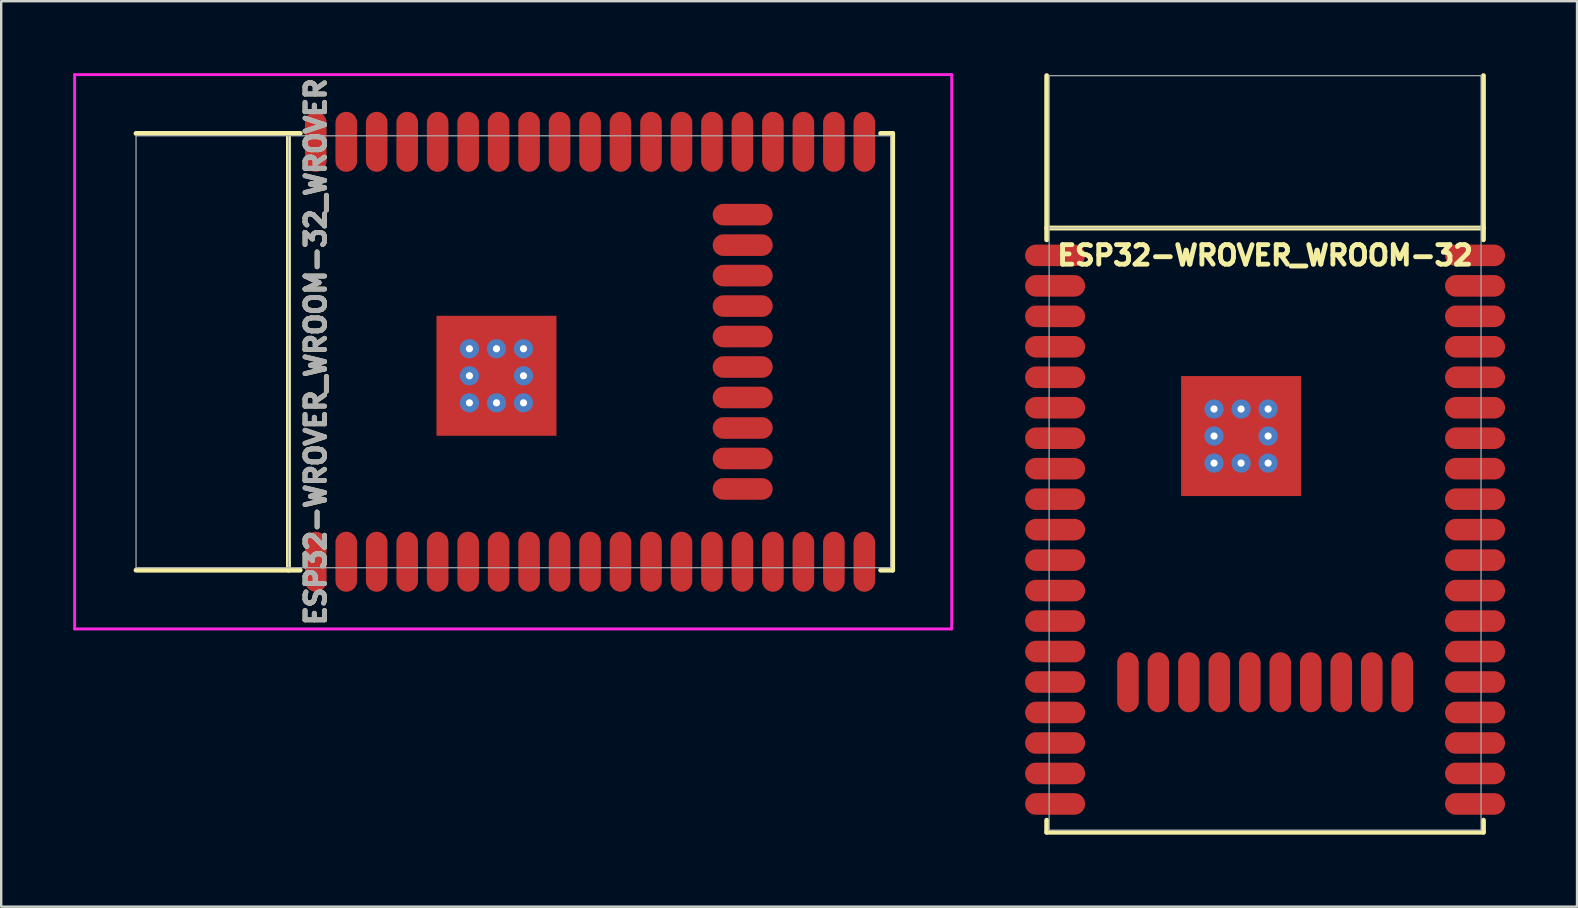
<source format=kicad_pcb>
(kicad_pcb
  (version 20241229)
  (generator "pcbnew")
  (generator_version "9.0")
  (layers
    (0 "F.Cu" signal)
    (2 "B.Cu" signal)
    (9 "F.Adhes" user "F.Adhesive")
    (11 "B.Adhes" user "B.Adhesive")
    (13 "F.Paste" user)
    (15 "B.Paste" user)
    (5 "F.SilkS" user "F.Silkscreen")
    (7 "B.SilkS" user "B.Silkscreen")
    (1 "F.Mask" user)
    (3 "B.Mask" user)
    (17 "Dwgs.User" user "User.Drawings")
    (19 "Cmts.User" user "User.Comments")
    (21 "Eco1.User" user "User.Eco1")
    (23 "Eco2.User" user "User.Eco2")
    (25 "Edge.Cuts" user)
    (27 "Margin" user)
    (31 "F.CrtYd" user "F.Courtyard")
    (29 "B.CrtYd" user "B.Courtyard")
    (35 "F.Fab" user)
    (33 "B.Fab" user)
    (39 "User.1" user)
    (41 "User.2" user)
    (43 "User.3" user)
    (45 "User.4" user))
  (footprint "ESP32-WROVER_WROOM-32"
    (layer "F.Cu")
    (at 49.67 7.592)
    (property "Reference" "ESP32-WROVER_WROOM-32" (at 0 0 0) (layer "F.SilkS") (effects (font (size 0.813 0.813) (thickness 0.203))))
    (attr smd)
    (fp_line (start -9.1 -1.14) (end 9.1 -1.14) (stroke (width 0.203) (type solid)) (layer "F.SilkS"))
    (fp_line (start -9.1 -0.65) (end -9.1 -7.49) (stroke (width 0.203) (type solid)) (layer "F.SilkS"))
    (fp_line (start -9.1 24.04) (end -9.1 23.54) (stroke (width 0.203) (type solid)) (layer "F.SilkS"))
    (fp_line (start 9.1 -0.65) (end 9.1 -7.49) (stroke (width 0.203) (type solid)) (layer "F.SilkS"))
    (fp_line (start 9.1 24.04) (end -9.1 24.04) (stroke (width 0.203) (type solid)) (layer "F.SilkS"))
    (fp_line (start 9.1 24.04) (end 9.1 23.54) (stroke (width 0.203) (type solid)) (layer "F.SilkS"))
    (fp_line (start -9 -7.49) (end -9 23.96) (stroke (width 0.05) (type solid)) (layer "F.Fab"))
    (fp_line (start -9 -1.14) (end 9 -1.14) (stroke (width 0.05) (type solid)) (layer "F.Fab"))
    (fp_line (start -9 23.96) (end 9 23.96) (stroke (width 0.05) (type solid)) (layer "F.Fab"))
    (fp_line (start 9 -7.49) (end -9 -7.49) (stroke (width 0.05) (type solid)) (layer "F.Fab"))
    (fp_line (start 9 23.96) (end 9 -7.49) (stroke (width 0.05) (type solid)) (layer "F.Fab"))
    (pad "1" smd oval (at -8.75 0) (size 2.5 0.9) (layers "F.Cu" "F.Mask" "F.Paste"))
    (pad "2" smd oval (at -8.75 1.27) (size 2.5 0.9) (layers "F.Cu" "F.Mask" "F.Paste"))
    (pad "3" smd oval (at -8.75 2.54) (size 2.5 0.9) (layers "F.Cu" "F.Mask" "F.Paste"))
    (pad "4" smd oval (at -8.75 3.81) (size 2.5 0.9) (layers "F.Cu" "F.Mask" "F.Paste"))
    (pad "5" smd oval (at -8.75 5.08) (size 2.5 0.9) (layers "F.Cu" "F.Mask" "F.Paste"))
    (pad "6" smd oval (at -8.75 6.35) (size 2.5 0.9) (layers "F.Cu" "F.Mask" "F.Paste"))
    (pad "7" smd oval (at -8.75 7.62) (size 2.5 0.9) (layers "F.Cu" "F.Mask" "F.Paste"))
    (pad "8" smd oval (at -8.75 8.89) (size 2.5 0.9) (layers "F.Cu" "F.Mask" "F.Paste"))
    (pad "9" smd oval (at -8.75 10.16) (size 2.5 0.9) (layers "F.Cu" "F.Mask" "F.Paste"))
    (pad "10" smd oval (at -8.75 11.43) (size 2.5 0.9) (layers "F.Cu" "F.Mask" "F.Paste"))
    (pad "11" smd oval (at -8.75 12.7) (size 2.5 0.9) (layers "F.Cu" "F.Mask" "F.Paste"))
    (pad "12" smd oval (at -8.75 13.97) (size 2.5 0.9) (layers "F.Cu" "F.Mask" "F.Paste"))
    (pad "13" smd oval (at -8.75 15.24) (size 2.5 0.9) (layers "F.Cu" "F.Mask" "F.Paste"))
    (pad "14" smd oval (at -8.75 16.51) (size 2.5 0.9) (layers "F.Cu" "F.Mask" "F.Paste"))
    (pad "15" smd oval (at -8.75 17.78) (size 2.5 0.9) (layers "F.Cu" "F.Mask" "F.Paste"))
    (pad "15" smd oval (at -5.715 17.79 90) (size 2.5 0.9) (layers "F.Cu" "F.Mask"))
    (pad "16" smd oval (at -8.75 19.05) (size 2.5 0.9) (layers "F.Cu" "F.Mask" "F.Paste"))
    (pad "16" smd oval (at -4.445 17.79 90) (size 2.5 0.9) (layers "F.Cu" "F.Mask"))
    (pad "17" smd oval (at -8.75 20.32) (size 2.5 0.9) (layers "F.Cu" "F.Mask" "F.Paste"))
    (pad "17" smd oval (at -3.175 17.79 90) (size 2.5 0.9) (layers "F.Cu" "F.Mask"))
    (pad "18" smd oval (at -8.75 21.59) (size 2.5 0.9) (layers "F.Cu" "F.Mask" "F.Paste"))
    (pad "18" smd oval (at -1.905 17.79 90) (size 2.5 0.9) (layers "F.Cu" "F.Mask"))
    (pad "19" smd oval (at -8.75 22.86) (size 2.5 0.9) (layers "F.Cu" "F.Mask" "F.Paste"))
    (pad "19" smd oval (at -0.635 17.79 90) (size 2.5 0.9) (layers "F.Cu" "F.Mask"))
    (pad "20" smd oval (at 0.635 17.79 90) (size 2.5 0.9) (layers "F.Cu" "F.Mask"))
    (pad "20" smd oval (at 8.75 22.86) (size 2.5 0.9) (layers "F.Cu" "F.Mask" "F.Paste"))
    (pad "21" smd oval (at 1.905 17.79 90) (size 2.5 0.9) (layers "F.Cu" "F.Mask"))
    (pad "21" smd oval (at 8.75 21.59) (size 2.5 0.9) (layers "F.Cu" "F.Mask" "F.Paste"))
    (pad "22" smd oval (at 3.175 17.79 90) (size 2.5 0.9) (layers "F.Cu" "F.Mask"))
    (pad "22" smd oval (at 8.75 20.32) (size 2.5 0.9) (layers "F.Cu" "F.Mask" "F.Paste"))
    (pad "23" smd oval (at 4.445 17.79 90) (size 2.5 0.9) (layers "F.Cu" "F.Mask"))
    (pad "23" smd oval (at 8.75 19.05) (size 2.5 0.9) (layers "F.Cu" "F.Mask" "F.Paste"))
    (pad "24" smd oval (at 5.715 17.79 90) (size 2.5 0.9) (layers "F.Cu" "F.Mask"))
    (pad "24" smd oval (at 8.75 17.78) (size 2.5 0.9) (layers "F.Cu" "F.Mask" "F.Paste"))
    (pad "25" smd oval (at 8.75 16.51) (size 2.5 0.9) (layers "F.Cu" "F.Mask" "F.Paste"))
    (pad "26" smd oval (at 8.75 15.24) (size 2.5 0.9) (layers "F.Cu" "F.Mask" "F.Paste"))
    (pad "27" smd oval (at 8.75 13.97) (size 2.5 0.9) (layers "F.Cu" "F.Mask" "F.Paste"))
    (pad "28" smd oval (at 8.75 12.7) (size 2.5 0.9) (layers "F.Cu" "F.Mask" "F.Paste"))
    (pad "29" smd oval (at 8.75 11.43) (size 2.5 0.9) (layers "F.Cu" "F.Mask" "F.Paste"))
    (pad "30" smd oval (at 8.75 10.16) (size 2.5 0.9) (layers "F.Cu" "F.Mask" "F.Paste"))
    (pad "31" smd oval (at 8.75 8.89) (size 2.5 0.9) (layers "F.Cu" "F.Mask" "F.Paste"))
    (pad "32" smd oval (at 8.75 7.62) (size 2.5 0.9) (layers "F.Cu" "F.Mask" "F.Paste"))
    (pad "33" smd oval (at 8.75 6.35) (size 2.5 0.9) (layers "F.Cu" "F.Mask" "F.Paste"))
    (pad "34" smd oval (at 8.75 5.08) (size 2.5 0.9) (layers "F.Cu" "F.Mask" "F.Paste"))
    (pad "35" smd oval (at 8.75 3.81) (size 2.5 0.9) (layers "F.Cu" "F.Mask" "F.Paste"))
    (pad "36" smd oval (at 8.75 2.54) (size 2.5 0.9) (layers "F.Cu" "F.Mask" "F.Paste"))
    (pad "37" smd oval (at 8.75 1.27) (size 2.5 0.9) (layers "F.Cu" "F.Mask" "F.Paste"))
    (pad "38" smd oval (at 8.75 0) (size 2.5 0.9) (layers "F.Cu" "F.Mask" "F.Paste"))
    (pad "39" smd rect (at -3.032 7.53) (size 0.5 3) (layers "F.Cu" "F.Mask" "F.Paste"))
    (pad "39" thru_hole circle (at -2.127 6.403) (size 0.8 0.8) (drill 0.3) (layers "*.Cu" "F.Mask"))
    (pad "39" thru_hole circle (at -2.127 7.53) (size 0.8 0.8) (drill 0.3) (layers "*.Cu" "F.Mask"))
    (pad "39" thru_hole circle (at -2.127 8.657) (size 0.8 0.8) (drill 0.3) (layers "*.Cu" "F.Mask"))
    (pad "39" smd rect (at -1 5.498) (size 3 0.5) (layers "F.Cu" "F.Mask" "F.Paste"))
    (pad "39" thru_hole circle (at -1 6.403) (size 0.8 0.8) (drill 0.3) (layers "*.Cu" "F.Mask"))
    (pad "39" smd rect (at -1 7.53) (size 1.5 1.5) (layers "F.Cu" "F.Mask" "F.Paste"))
    (pad "39" smd rect (at -1 7.53) (size 5 5) (layers "F.Cu" "F.Mask"))
    (pad "39" thru_hole circle (at -1 8.657) (size 0.8 0.8) (drill 0.3) (layers "*.Cu" "F.Mask"))
    (pad "39" smd rect (at -1 9.562) (size 3 0.5) (layers "F.Cu" "F.Mask" "F.Paste"))
    (pad "39" thru_hole circle (at 0.127 6.403) (size 0.8 0.8) (drill 0.3) (layers "*.Cu" "F.Mask"))
    (pad "39" thru_hole circle (at 0.127 7.53) (size 0.8 0.8) (drill 0.3) (layers "*.Cu" "F.Mask"))
    (pad "39" thru_hole circle (at 0.127 8.657) (size 0.8 0.8) (drill 0.3) (layers "*.Cu" "F.Mask"))
    (pad "39" smd rect (at 1.159 7.53) (size 0.5 3) (layers "F.Cu" "F.Mask" "F.Paste")))
  (footprint "ESP32-WROVER_WROOM-32_WROVER"
    (layer "F.Cu")
    (at 15.38 11.61)
    (property "Reference" "ESP32-WROVER_WROOM-32_WROVER" (at -5.271 0 90) (layer "F.Fab") (effects (font (size 0.813 0.813) (thickness 0.203))))
    (attr smd)
    (fp_line (start -6.41 9.1) (end -6.41 -9.1) (stroke (width 0.203) (type solid)) (layer "F.SilkS"))
    (fp_line (start -5.92 -9.1) (end -12.761 -9.1) (stroke (width 0.203) (type solid)) (layer "F.SilkS"))
    (fp_line (start -5.92 9.1) (end -12.761 9.1) (stroke (width 0.203) (type solid)) (layer "F.SilkS"))
    (fp_line (start 18.77 -9.1) (end 18.27 -9.1) (stroke (width 0.203) (type solid)) (layer "F.SilkS"))
    (fp_line (start 18.77 -9.1) (end 18.77 9.1) (stroke (width 0.203) (type solid)) (layer "F.SilkS"))
    (fp_line (start 18.77 9.1) (end 18.27 9.1) (stroke (width 0.203) (type solid)) (layer "F.SilkS"))
    (fp_line (start -15.32 -11.55) (end 21.23 -11.55) (stroke (width 0.12) (type solid)) (layer "F.CrtYd"))
    (fp_line (start -15.32 11.55) (end -15.32 -11.55) (stroke (width 0.12) (type solid)) (layer "F.CrtYd"))
    (fp_line (start 21.23 -11.55) (end 21.23 11.55) (stroke (width 0.12) (type solid)) (layer "F.CrtYd"))
    (fp_line (start 21.23 11.55) (end -15.32 11.55) (stroke (width 0.12) (type solid)) (layer "F.CrtYd"))
    (fp_line (start -12.761 -9) (end -12.761 9) (stroke (width 0.05) (type solid)) (layer "F.Fab"))
    (fp_line (start -12.761 9) (end 18.689 9) (stroke (width 0.05) (type solid)) (layer "F.Fab"))
    (fp_line (start -6.41 9) (end -6.41 -9) (stroke (width 0.05) (type solid)) (layer "F.Fab"))
    (fp_line (start 18.689 -9) (end -12.761 -9) (stroke (width 0.05) (type solid)) (layer "F.Fab"))
    (fp_line (start 18.689 9) (end 18.689 -9) (stroke (width 0.05) (type solid)) (layer "F.Fab"))
    (fp_text user "${REFERENCE}" (at -5.271 0 90) (layer "F.SilkS") (effects (font (size 0.813 0.813) (thickness 0.203))))
    (pad "1" smd oval (at -5.271 8.75 90) (size 2.5 0.9) (layers "F.Cu" "F.Mask" "F.Paste"))
    (pad "2" smd oval (at -4 8.75 90) (size 2.5 0.9) (layers "F.Cu" "F.Mask" "F.Paste"))
    (pad "3" smd oval (at -2.731 8.75 90) (size 2.5 0.9) (layers "F.Cu" "F.Mask" "F.Paste"))
    (pad "4" smd oval (at -1.46 8.75 90) (size 2.5 0.9) (layers "F.Cu" "F.Mask" "F.Paste"))
    (pad "5" smd oval (at -0.191 8.75 90) (size 2.5 0.9) (layers "F.Cu" "F.Mask" "F.Paste"))
    (pad "6" smd oval (at 1.079 8.75 90) (size 2.5 0.9) (layers "F.Cu" "F.Mask" "F.Paste"))
    (pad "7" smd oval (at 2.349 8.75 90) (size 2.5 0.9) (layers "F.Cu" "F.Mask" "F.Paste"))
    (pad "8" smd oval (at 3.619 8.75 90) (size 2.5 0.9) (layers "F.Cu" "F.Mask" "F.Paste"))
    (pad "9" smd oval (at 4.889 8.75 90) (size 2.5 0.9) (layers "F.Cu" "F.Mask" "F.Paste"))
    (pad "10" smd oval (at 6.16 8.75 90) (size 2.5 0.9) (layers "F.Cu" "F.Mask" "F.Paste"))
    (pad "11" smd oval (at 7.429 8.75 90) (size 2.5 0.9) (layers "F.Cu" "F.Mask" "F.Paste"))
    (pad "12" smd oval (at 8.7 8.75 90) (size 2.5 0.9) (layers "F.Cu" "F.Mask" "F.Paste"))
    (pad "13" smd oval (at 9.97 8.75 90) (size 2.5 0.9) (layers "F.Cu" "F.Mask" "F.Paste"))
    (pad "14" smd oval (at 11.239 8.75 90) (size 2.5 0.9) (layers "F.Cu" "F.Mask" "F.Paste"))
    (pad "15" smd oval (at 12.509 8.75 90) (size 2.5 0.9) (layers "F.Cu" "F.Mask" "F.Paste"))
    (pad "15" smd oval (at 12.52 5.715 180) (size 2.5 0.9) (layers "F.Cu" "F.Mask"))
    (pad "16" smd oval (at 12.52 4.445 180) (size 2.5 0.9) (layers "F.Cu" "F.Mask"))
    (pad "16" smd oval (at 13.78 8.75 90) (size 2.5 0.9) (layers "F.Cu" "F.Mask" "F.Paste"))
    (pad "17" smd oval (at 12.52 3.175 180) (size 2.5 0.9) (layers "F.Cu" "F.Mask"))
    (pad "17" smd oval (at 15.05 8.75 90) (size 2.5 0.9) (layers "F.Cu" "F.Mask" "F.Paste"))
    (pad "18" smd oval (at 12.52 1.905 180) (size 2.5 0.9) (layers "F.Cu" "F.Mask"))
    (pad "18" smd oval (at 16.32 8.75 90) (size 2.5 0.9) (layers "F.Cu" "F.Mask" "F.Paste"))
    (pad "19" smd oval (at 12.52 0.635 180) (size 2.5 0.9) (layers "F.Cu" "F.Mask"))
    (pad "19" smd oval (at 17.59 8.75 90) (size 2.5 0.9) (layers "F.Cu" "F.Mask" "F.Paste"))
    (pad "20" smd oval (at 12.52 -0.635 180) (size 2.5 0.9) (layers "F.Cu" "F.Mask"))
    (pad "20" smd oval (at 17.59 -8.75 90) (size 2.5 0.9) (layers "F.Cu" "F.Mask" "F.Paste"))
    (pad "21" smd oval (at 12.52 -1.905 180) (size 2.5 0.9) (layers "F.Cu" "F.Mask"))
    (pad "21" smd oval (at 16.32 -8.75 90) (size 2.5 0.9) (layers "F.Cu" "F.Mask" "F.Paste"))
    (pad "22" smd oval (at 12.52 -3.175 180) (size 2.5 0.9) (layers "F.Cu" "F.Mask"))
    (pad "22" smd oval (at 15.05 -8.75 90) (size 2.5 0.9) (layers "F.Cu" "F.Mask" "F.Paste"))
    (pad "23" smd oval (at 12.52 -4.445 180) (size 2.5 0.9) (layers "F.Cu" "F.Mask"))
    (pad "23" smd oval (at 13.78 -8.75 90) (size 2.5 0.9) (layers "F.Cu" "F.Mask" "F.Paste"))
    (pad "24" smd oval (at 12.509 -8.75 90) (size 2.5 0.9) (layers "F.Cu" "F.Mask" "F.Paste"))
    (pad "24" smd oval (at 12.52 -5.715 180) (size 2.5 0.9) (layers "F.Cu" "F.Mask"))
    (pad "25" smd oval (at 11.239 -8.75 90) (size 2.5 0.9) (layers "F.Cu" "F.Mask" "F.Paste"))
    (pad "26" smd oval (at 9.97 -8.75 90) (size 2.5 0.9) (layers "F.Cu" "F.Mask" "F.Paste"))
    (pad "27" smd oval (at 8.7 -8.75 90) (size 2.5 0.9) (layers "F.Cu" "F.Mask" "F.Paste"))
    (pad "28" smd oval (at 7.429 -8.75 90) (size 2.5 0.9) (layers "F.Cu" "F.Mask" "F.Paste"))
    (pad "29" smd oval (at 6.16 -8.75 90) (size 2.5 0.9) (layers "F.Cu" "F.Mask" "F.Paste"))
    (pad "30" smd oval (at 4.889 -8.75 90) (size 2.5 0.9) (layers "F.Cu" "F.Mask" "F.Paste"))
    (pad "31" smd oval (at 3.619 -8.75 90) (size 2.5 0.9) (layers "F.Cu" "F.Mask" "F.Paste"))
    (pad "32" smd oval (at 2.349 -8.75 90) (size 2.5 0.9) (layers "F.Cu" "F.Mask" "F.Paste"))
    (pad "33" smd oval (at 1.079 -8.75 90) (size 2.5 0.9) (layers "F.Cu" "F.Mask" "F.Paste"))
    (pad "34" smd oval (at -0.191 -8.75 90) (size 2.5 0.9) (layers "F.Cu" "F.Mask" "F.Paste"))
    (pad "35" smd oval (at -1.46 -8.75 90) (size 2.5 0.9) (layers "F.Cu" "F.Mask" "F.Paste"))
    (pad "36" smd oval (at -2.731 -8.75 90) (size 2.5 0.9) (layers "F.Cu" "F.Mask" "F.Paste"))
    (pad "37" smd oval (at -4 -8.75 90) (size 2.5 0.9) (layers "F.Cu" "F.Mask" "F.Paste"))
    (pad "38" smd oval (at -5.271 -8.75 90) (size 2.5 0.9) (layers "F.Cu" "F.Mask" "F.Paste"))
    (pad "39" smd rect (at 0.228 1 90) (size 3 0.5) (layers "F.Cu" "F.Mask" "F.Paste"))
    (pad "39" thru_hole circle (at 1.133 -0.127 90) (size 0.8 0.8) (drill 0.3) (layers "*.Cu" "F.Mask"))
    (pad "39" thru_hole circle (at 1.133 1 90) (size 0.8 0.8) (drill 0.3) (layers "*.Cu" "F.Mask"))
    (pad "39" thru_hole circle (at 1.133 2.127 90) (size 0.8 0.8) (drill 0.3) (layers "*.Cu" "F.Mask"))
    (pad "39" smd rect (at 2.26 -1.159 90) (size 0.5 3) (layers "F.Cu" "F.Mask" "F.Paste"))
    (pad "39" thru_hole circle (at 2.26 -0.127 90) (size 0.8 0.8) (drill 0.3) (layers "*.Cu" "F.Mask"))
    (pad "39" smd rect (at 2.26 1 90) (size 1.5 1.5) (layers "F.Cu" "F.Mask" "F.Paste"))
    (pad "39" smd rect (at 2.26 1 90) (size 5 5) (layers "F.Cu" "F.Mask"))
    (pad "39" thru_hole circle (at 2.26 2.127 90) (size 0.8 0.8) (drill 0.3) (layers "*.Cu" "F.Mask"))
    (pad "39" smd rect (at 2.26 3.032 90) (size 0.5 3) (layers "F.Cu" "F.Mask" "F.Paste"))
    (pad "39" thru_hole circle (at 3.386 -0.127 90) (size 0.8 0.8) (drill 0.3) (layers "*.Cu" "F.Mask"))
    (pad "39" thru_hole circle (at 3.386 1 90) (size 0.8 0.8) (drill 0.3) (layers "*.Cu" "F.Mask"))
    (pad "39" thru_hole circle (at 3.386 2.127 90) (size 0.8 0.8) (drill 0.3) (layers "*.Cu" "F.Mask"))
    (pad "39" smd rect (at 4.292 1 90) (size 3 0.5) (layers "F.Cu" "F.Mask" "F.Paste")))
  (gr_rect
    (start -3 -3)
    (end 62.67 34.733)
    (stroke (width 0.1) (type default))
    (fill no)
    (layer "Edge.Cuts")))
</source>
